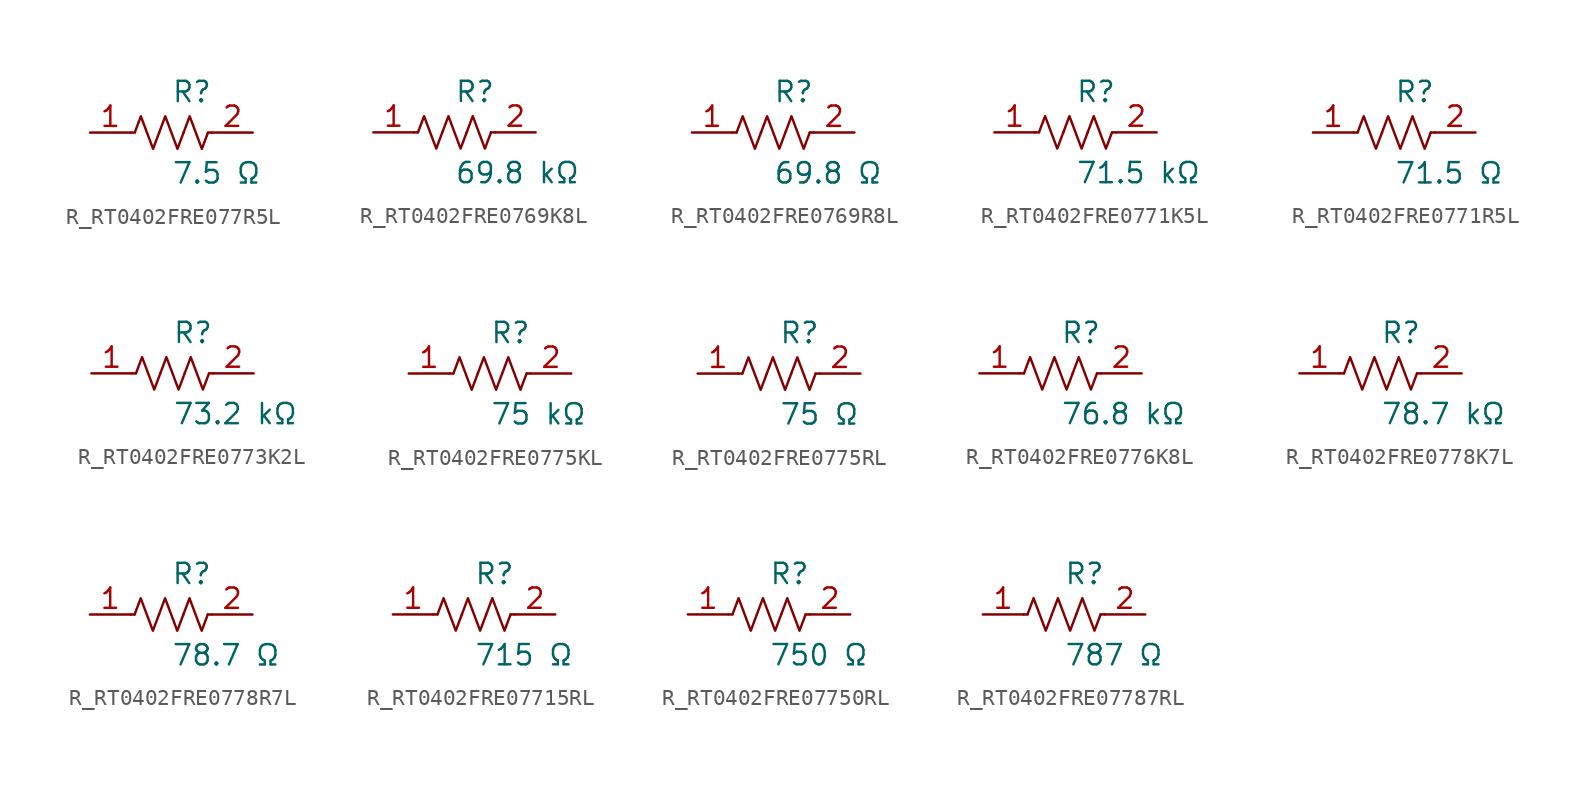
<source format=kicad_sym>
(kicad_symbol_lib
  (version 20231120)
  (generator kicad_symbol_editor)
  (generator_version 8.0)
  (symbol "R_RT0402FRE077R5L"
    (pin_names
      (offset 0.254))
    (property "Reference" "R"
      (at 0.0 2.54 0)
      (effects (font (size 1.27 1.27)) (justify left)))
    (property "Value" "7.5 Ω"
      (at 0.0 -2.54 0)
      (effects (font (size 1.27 1.27)) (justify left)))
    (symbol "R_RT0402FRE077R5L_0_1"
      (polyline (pts (xy 2.286 0) (xy 2.54 0)) (stroke (width 0) (type default)) (fill (type none)))
      (polyline (pts (xy -2.286 0) (xy -2.54 0)) (stroke (width 0) (type default)) (fill (type none)))
      (polyline (pts (xy 0.762 0) (xy 1.143 1.016) (xy 1.524 0) (xy 1.905 -1.016) (xy 2.286 0)) (stroke (width 0) (type default)) (fill (type none)))
      (polyline (pts (xy -0.762 0) (xy -0.381 1.016) (xy 0 0) (xy 0.381 -1.016) (xy 0.762 0)) (stroke (width 0) (type default)) (fill (type none)))
      (polyline (pts (xy -2.286 0) (xy -1.905 1.016) (xy -1.524 0) (xy -1.143 -1.016) (xy -0.762 0)) (stroke (width 0) (type default)) (fill (type none))))
    (pin unspecified line
      (at -5.08 0 0)
      (length 2.54)
      (name "" (effects (font (size 1.27 1.27))))
      (number "1" (effects (font (size 1.27 1.27)))))
    (pin unspecified line
      (at 5.08 0 180)
      (length 2.54)
      (name "" (effects (font (size 1.27 1.27))))
      (number "2" (effects (font (size 1.27 1.27))))))
  (symbol "R_RT0402FRE0769K8L"
    (pin_names
      (offset 0.254))
    (property "Reference" "R"
      (at 0.0 2.54 0)
      (effects (font (size 1.27 1.27)) (justify left)))
    (property "Value" "69.8 kΩ"
      (at 0.0 -2.54 0)
      (effects (font (size 1.27 1.27)) (justify left)))
    (symbol "R_RT0402FRE0769K8L_0_1"
      (polyline (pts (xy 2.286 0) (xy 2.54 0)) (stroke (width 0) (type default)) (fill (type none)))
      (polyline (pts (xy -2.286 0) (xy -2.54 0)) (stroke (width 0) (type default)) (fill (type none)))
      (polyline (pts (xy 0.762 0) (xy 1.143 1.016) (xy 1.524 0) (xy 1.905 -1.016) (xy 2.286 0)) (stroke (width 0) (type default)) (fill (type none)))
      (polyline (pts (xy -0.762 0) (xy -0.381 1.016) (xy 0 0) (xy 0.381 -1.016) (xy 0.762 0)) (stroke (width 0) (type default)) (fill (type none)))
      (polyline (pts (xy -2.286 0) (xy -1.905 1.016) (xy -1.524 0) (xy -1.143 -1.016) (xy -0.762 0)) (stroke (width 0) (type default)) (fill (type none))))
    (pin unspecified line
      (at -5.08 0 0)
      (length 2.54)
      (name "" (effects (font (size 1.27 1.27))))
      (number "1" (effects (font (size 1.27 1.27)))))
    (pin unspecified line
      (at 5.08 0 180)
      (length 2.54)
      (name "" (effects (font (size 1.27 1.27))))
      (number "2" (effects (font (size 1.27 1.27))))))
  (symbol "R_RT0402FRE0769R8L"
    (pin_names
      (offset 0.254))
    (property "Reference" "R"
      (at 0.0 2.54 0)
      (effects (font (size 1.27 1.27)) (justify left)))
    (property "Value" "69.8 Ω"
      (at 0.0 -2.54 0)
      (effects (font (size 1.27 1.27)) (justify left)))
    (symbol "R_RT0402FRE0769R8L_0_1"
      (polyline (pts (xy 2.286 0) (xy 2.54 0)) (stroke (width 0) (type default)) (fill (type none)))
      (polyline (pts (xy -2.286 0) (xy -2.54 0)) (stroke (width 0) (type default)) (fill (type none)))
      (polyline (pts (xy 0.762 0) (xy 1.143 1.016) (xy 1.524 0) (xy 1.905 -1.016) (xy 2.286 0)) (stroke (width 0) (type default)) (fill (type none)))
      (polyline (pts (xy -0.762 0) (xy -0.381 1.016) (xy 0 0) (xy 0.381 -1.016) (xy 0.762 0)) (stroke (width 0) (type default)) (fill (type none)))
      (polyline (pts (xy -2.286 0) (xy -1.905 1.016) (xy -1.524 0) (xy -1.143 -1.016) (xy -0.762 0)) (stroke (width 0) (type default)) (fill (type none))))
    (pin unspecified line
      (at -5.08 0 0)
      (length 2.54)
      (name "" (effects (font (size 1.27 1.27))))
      (number "1" (effects (font (size 1.27 1.27)))))
    (pin unspecified line
      (at 5.08 0 180)
      (length 2.54)
      (name "" (effects (font (size 1.27 1.27))))
      (number "2" (effects (font (size 1.27 1.27))))))
  (symbol "R_RT0402FRE0771K5L"
    (pin_names
      (offset 0.254))
    (property "Reference" "R"
      (at 0.0 2.54 0)
      (effects (font (size 1.27 1.27)) (justify left)))
    (property "Value" "71.5 kΩ"
      (at 0.0 -2.54 0)
      (effects (font (size 1.27 1.27)) (justify left)))
    (symbol "R_RT0402FRE0771K5L_0_1"
      (polyline (pts (xy 2.286 0) (xy 2.54 0)) (stroke (width 0) (type default)) (fill (type none)))
      (polyline (pts (xy -2.286 0) (xy -2.54 0)) (stroke (width 0) (type default)) (fill (type none)))
      (polyline (pts (xy 0.762 0) (xy 1.143 1.016) (xy 1.524 0) (xy 1.905 -1.016) (xy 2.286 0)) (stroke (width 0) (type default)) (fill (type none)))
      (polyline (pts (xy -0.762 0) (xy -0.381 1.016) (xy 0 0) (xy 0.381 -1.016) (xy 0.762 0)) (stroke (width 0) (type default)) (fill (type none)))
      (polyline (pts (xy -2.286 0) (xy -1.905 1.016) (xy -1.524 0) (xy -1.143 -1.016) (xy -0.762 0)) (stroke (width 0) (type default)) (fill (type none))))
    (pin unspecified line
      (at -5.08 0 0)
      (length 2.54)
      (name "" (effects (font (size 1.27 1.27))))
      (number "1" (effects (font (size 1.27 1.27)))))
    (pin unspecified line
      (at 5.08 0 180)
      (length 2.54)
      (name "" (effects (font (size 1.27 1.27))))
      (number "2" (effects (font (size 1.27 1.27))))))
  (symbol "R_RT0402FRE0771R5L"
    (pin_names
      (offset 0.254))
    (property "Reference" "R"
      (at 0.0 2.54 0)
      (effects (font (size 1.27 1.27)) (justify left)))
    (property "Value" "71.5 Ω"
      (at 0.0 -2.54 0)
      (effects (font (size 1.27 1.27)) (justify left)))
    (symbol "R_RT0402FRE0771R5L_0_1"
      (polyline (pts (xy 2.286 0) (xy 2.54 0)) (stroke (width 0) (type default)) (fill (type none)))
      (polyline (pts (xy -2.286 0) (xy -2.54 0)) (stroke (width 0) (type default)) (fill (type none)))
      (polyline (pts (xy 0.762 0) (xy 1.143 1.016) (xy 1.524 0) (xy 1.905 -1.016) (xy 2.286 0)) (stroke (width 0) (type default)) (fill (type none)))
      (polyline (pts (xy -0.762 0) (xy -0.381 1.016) (xy 0 0) (xy 0.381 -1.016) (xy 0.762 0)) (stroke (width 0) (type default)) (fill (type none)))
      (polyline (pts (xy -2.286 0) (xy -1.905 1.016) (xy -1.524 0) (xy -1.143 -1.016) (xy -0.762 0)) (stroke (width 0) (type default)) (fill (type none))))
    (pin unspecified line
      (at -5.08 0 0)
      (length 2.54)
      (name "" (effects (font (size 1.27 1.27))))
      (number "1" (effects (font (size 1.27 1.27)))))
    (pin unspecified line
      (at 5.08 0 180)
      (length 2.54)
      (name "" (effects (font (size 1.27 1.27))))
      (number "2" (effects (font (size 1.27 1.27))))))
  (symbol "R_RT0402FRE0773K2L"
    (pin_names
      (offset 0.254))
    (property "Reference" "R"
      (at 0.0 2.54 0)
      (effects (font (size 1.27 1.27)) (justify left)))
    (property "Value" "73.2 kΩ"
      (at 0.0 -2.54 0)
      (effects (font (size 1.27 1.27)) (justify left)))
    (symbol "R_RT0402FRE0773K2L_0_1"
      (polyline (pts (xy 2.286 0) (xy 2.54 0)) (stroke (width 0) (type default)) (fill (type none)))
      (polyline (pts (xy -2.286 0) (xy -2.54 0)) (stroke (width 0) (type default)) (fill (type none)))
      (polyline (pts (xy 0.762 0) (xy 1.143 1.016) (xy 1.524 0) (xy 1.905 -1.016) (xy 2.286 0)) (stroke (width 0) (type default)) (fill (type none)))
      (polyline (pts (xy -0.762 0) (xy -0.381 1.016) (xy 0 0) (xy 0.381 -1.016) (xy 0.762 0)) (stroke (width 0) (type default)) (fill (type none)))
      (polyline (pts (xy -2.286 0) (xy -1.905 1.016) (xy -1.524 0) (xy -1.143 -1.016) (xy -0.762 0)) (stroke (width 0) (type default)) (fill (type none))))
    (pin unspecified line
      (at -5.08 0 0)
      (length 2.54)
      (name "" (effects (font (size 1.27 1.27))))
      (number "1" (effects (font (size 1.27 1.27)))))
    (pin unspecified line
      (at 5.08 0 180)
      (length 2.54)
      (name "" (effects (font (size 1.27 1.27))))
      (number "2" (effects (font (size 1.27 1.27))))))
  (symbol "R_RT0402FRE0775KL"
    (pin_names
      (offset 0.254))
    (property "Reference" "R"
      (at 0.0 2.54 0)
      (effects (font (size 1.27 1.27)) (justify left)))
    (property "Value" "75 kΩ"
      (at 0.0 -2.54 0)
      (effects (font (size 1.27 1.27)) (justify left)))
    (symbol "R_RT0402FRE0775KL_0_1"
      (polyline (pts (xy 2.286 0) (xy 2.54 0)) (stroke (width 0) (type default)) (fill (type none)))
      (polyline (pts (xy -2.286 0) (xy -2.54 0)) (stroke (width 0) (type default)) (fill (type none)))
      (polyline (pts (xy 0.762 0) (xy 1.143 1.016) (xy 1.524 0) (xy 1.905 -1.016) (xy 2.286 0)) (stroke (width 0) (type default)) (fill (type none)))
      (polyline (pts (xy -0.762 0) (xy -0.381 1.016) (xy 0 0) (xy 0.381 -1.016) (xy 0.762 0)) (stroke (width 0) (type default)) (fill (type none)))
      (polyline (pts (xy -2.286 0) (xy -1.905 1.016) (xy -1.524 0) (xy -1.143 -1.016) (xy -0.762 0)) (stroke (width 0) (type default)) (fill (type none))))
    (pin unspecified line
      (at -5.08 0 0)
      (length 2.54)
      (name "" (effects (font (size 1.27 1.27))))
      (number "1" (effects (font (size 1.27 1.27)))))
    (pin unspecified line
      (at 5.08 0 180)
      (length 2.54)
      (name "" (effects (font (size 1.27 1.27))))
      (number "2" (effects (font (size 1.27 1.27))))))
  (symbol "R_RT0402FRE0775RL"
    (pin_names
      (offset 0.254))
    (property "Reference" "R"
      (at 0.0 2.54 0)
      (effects (font (size 1.27 1.27)) (justify left)))
    (property "Value" "75 Ω"
      (at 0.0 -2.54 0)
      (effects (font (size 1.27 1.27)) (justify left)))
    (symbol "R_RT0402FRE0775RL_0_1"
      (polyline (pts (xy 2.286 0) (xy 2.54 0)) (stroke (width 0) (type default)) (fill (type none)))
      (polyline (pts (xy -2.286 0) (xy -2.54 0)) (stroke (width 0) (type default)) (fill (type none)))
      (polyline (pts (xy 0.762 0) (xy 1.143 1.016) (xy 1.524 0) (xy 1.905 -1.016) (xy 2.286 0)) (stroke (width 0) (type default)) (fill (type none)))
      (polyline (pts (xy -0.762 0) (xy -0.381 1.016) (xy 0 0) (xy 0.381 -1.016) (xy 0.762 0)) (stroke (width 0) (type default)) (fill (type none)))
      (polyline (pts (xy -2.286 0) (xy -1.905 1.016) (xy -1.524 0) (xy -1.143 -1.016) (xy -0.762 0)) (stroke (width 0) (type default)) (fill (type none))))
    (pin unspecified line
      (at -5.08 0 0)
      (length 2.54)
      (name "" (effects (font (size 1.27 1.27))))
      (number "1" (effects (font (size 1.27 1.27)))))
    (pin unspecified line
      (at 5.08 0 180)
      (length 2.54)
      (name "" (effects (font (size 1.27 1.27))))
      (number "2" (effects (font (size 1.27 1.27))))))
  (symbol "R_RT0402FRE0776K8L"
    (pin_names
      (offset 0.254))
    (property "Reference" "R"
      (at 0.0 2.54 0)
      (effects (font (size 1.27 1.27)) (justify left)))
    (property "Value" "76.8 kΩ"
      (at 0.0 -2.54 0)
      (effects (font (size 1.27 1.27)) (justify left)))
    (symbol "R_RT0402FRE0776K8L_0_1"
      (polyline (pts (xy 2.286 0) (xy 2.54 0)) (stroke (width 0) (type default)) (fill (type none)))
      (polyline (pts (xy -2.286 0) (xy -2.54 0)) (stroke (width 0) (type default)) (fill (type none)))
      (polyline (pts (xy 0.762 0) (xy 1.143 1.016) (xy 1.524 0) (xy 1.905 -1.016) (xy 2.286 0)) (stroke (width 0) (type default)) (fill (type none)))
      (polyline (pts (xy -0.762 0) (xy -0.381 1.016) (xy 0 0) (xy 0.381 -1.016) (xy 0.762 0)) (stroke (width 0) (type default)) (fill (type none)))
      (polyline (pts (xy -2.286 0) (xy -1.905 1.016) (xy -1.524 0) (xy -1.143 -1.016) (xy -0.762 0)) (stroke (width 0) (type default)) (fill (type none))))
    (pin unspecified line
      (at -5.08 0 0)
      (length 2.54)
      (name "" (effects (font (size 1.27 1.27))))
      (number "1" (effects (font (size 1.27 1.27)))))
    (pin unspecified line
      (at 5.08 0 180)
      (length 2.54)
      (name "" (effects (font (size 1.27 1.27))))
      (number "2" (effects (font (size 1.27 1.27))))))
  (symbol "R_RT0402FRE0778K7L"
    (pin_names
      (offset 0.254))
    (property "Reference" "R"
      (at 0.0 2.54 0)
      (effects (font (size 1.27 1.27)) (justify left)))
    (property "Value" "78.7 kΩ"
      (at 0.0 -2.54 0)
      (effects (font (size 1.27 1.27)) (justify left)))
    (symbol "R_RT0402FRE0778K7L_0_1"
      (polyline (pts (xy 2.286 0) (xy 2.54 0)) (stroke (width 0) (type default)) (fill (type none)))
      (polyline (pts (xy -2.286 0) (xy -2.54 0)) (stroke (width 0) (type default)) (fill (type none)))
      (polyline (pts (xy 0.762 0) (xy 1.143 1.016) (xy 1.524 0) (xy 1.905 -1.016) (xy 2.286 0)) (stroke (width 0) (type default)) (fill (type none)))
      (polyline (pts (xy -0.762 0) (xy -0.381 1.016) (xy 0 0) (xy 0.381 -1.016) (xy 0.762 0)) (stroke (width 0) (type default)) (fill (type none)))
      (polyline (pts (xy -2.286 0) (xy -1.905 1.016) (xy -1.524 0) (xy -1.143 -1.016) (xy -0.762 0)) (stroke (width 0) (type default)) (fill (type none))))
    (pin unspecified line
      (at -5.08 0 0)
      (length 2.54)
      (name "" (effects (font (size 1.27 1.27))))
      (number "1" (effects (font (size 1.27 1.27)))))
    (pin unspecified line
      (at 5.08 0 180)
      (length 2.54)
      (name "" (effects (font (size 1.27 1.27))))
      (number "2" (effects (font (size 1.27 1.27))))))
  (symbol "R_RT0402FRE0778R7L"
    (pin_names
      (offset 0.254))
    (property "Reference" "R"
      (at 0.0 2.54 0)
      (effects (font (size 1.27 1.27)) (justify left)))
    (property "Value" "78.7 Ω"
      (at 0.0 -2.54 0)
      (effects (font (size 1.27 1.27)) (justify left)))
    (symbol "R_RT0402FRE0778R7L_0_1"
      (polyline (pts (xy 2.286 0) (xy 2.54 0)) (stroke (width 0) (type default)) (fill (type none)))
      (polyline (pts (xy -2.286 0) (xy -2.54 0)) (stroke (width 0) (type default)) (fill (type none)))
      (polyline (pts (xy 0.762 0) (xy 1.143 1.016) (xy 1.524 0) (xy 1.905 -1.016) (xy 2.286 0)) (stroke (width 0) (type default)) (fill (type none)))
      (polyline (pts (xy -0.762 0) (xy -0.381 1.016) (xy 0 0) (xy 0.381 -1.016) (xy 0.762 0)) (stroke (width 0) (type default)) (fill (type none)))
      (polyline (pts (xy -2.286 0) (xy -1.905 1.016) (xy -1.524 0) (xy -1.143 -1.016) (xy -0.762 0)) (stroke (width 0) (type default)) (fill (type none))))
    (pin unspecified line
      (at -5.08 0 0)
      (length 2.54)
      (name "" (effects (font (size 1.27 1.27))))
      (number "1" (effects (font (size 1.27 1.27)))))
    (pin unspecified line
      (at 5.08 0 180)
      (length 2.54)
      (name "" (effects (font (size 1.27 1.27))))
      (number "2" (effects (font (size 1.27 1.27))))))
  (symbol "R_RT0402FRE07715RL"
    (pin_names
      (offset 0.254))
    (property "Reference" "R"
      (at 0.0 2.54 0)
      (effects (font (size 1.27 1.27)) (justify left)))
    (property "Value" "715 Ω"
      (at 0.0 -2.54 0)
      (effects (font (size 1.27 1.27)) (justify left)))
    (symbol "R_RT0402FRE07715RL_0_1"
      (polyline (pts (xy 2.286 0) (xy 2.54 0)) (stroke (width 0) (type default)) (fill (type none)))
      (polyline (pts (xy -2.286 0) (xy -2.54 0)) (stroke (width 0) (type default)) (fill (type none)))
      (polyline (pts (xy 0.762 0) (xy 1.143 1.016) (xy 1.524 0) (xy 1.905 -1.016) (xy 2.286 0)) (stroke (width 0) (type default)) (fill (type none)))
      (polyline (pts (xy -0.762 0) (xy -0.381 1.016) (xy 0 0) (xy 0.381 -1.016) (xy 0.762 0)) (stroke (width 0) (type default)) (fill (type none)))
      (polyline (pts (xy -2.286 0) (xy -1.905 1.016) (xy -1.524 0) (xy -1.143 -1.016) (xy -0.762 0)) (stroke (width 0) (type default)) (fill (type none))))
    (pin unspecified line
      (at -5.08 0 0)
      (length 2.54)
      (name "" (effects (font (size 1.27 1.27))))
      (number "1" (effects (font (size 1.27 1.27)))))
    (pin unspecified line
      (at 5.08 0 180)
      (length 2.54)
      (name "" (effects (font (size 1.27 1.27))))
      (number "2" (effects (font (size 1.27 1.27))))))
  (symbol "R_RT0402FRE07750RL"
    (pin_names
      (offset 0.254))
    (property "Reference" "R"
      (at 0.0 2.54 0)
      (effects (font (size 1.27 1.27)) (justify left)))
    (property "Value" "750 Ω"
      (at 0.0 -2.54 0)
      (effects (font (size 1.27 1.27)) (justify left)))
    (symbol "R_RT0402FRE07750RL_0_1"
      (polyline (pts (xy 2.286 0) (xy 2.54 0)) (stroke (width 0) (type default)) (fill (type none)))
      (polyline (pts (xy -2.286 0) (xy -2.54 0)) (stroke (width 0) (type default)) (fill (type none)))
      (polyline (pts (xy 0.762 0) (xy 1.143 1.016) (xy 1.524 0) (xy 1.905 -1.016) (xy 2.286 0)) (stroke (width 0) (type default)) (fill (type none)))
      (polyline (pts (xy -0.762 0) (xy -0.381 1.016) (xy 0 0) (xy 0.381 -1.016) (xy 0.762 0)) (stroke (width 0) (type default)) (fill (type none)))
      (polyline (pts (xy -2.286 0) (xy -1.905 1.016) (xy -1.524 0) (xy -1.143 -1.016) (xy -0.762 0)) (stroke (width 0) (type default)) (fill (type none))))
    (pin unspecified line
      (at -5.08 0 0)
      (length 2.54)
      (name "" (effects (font (size 1.27 1.27))))
      (number "1" (effects (font (size 1.27 1.27)))))
    (pin unspecified line
      (at 5.08 0 180)
      (length 2.54)
      (name "" (effects (font (size 1.27 1.27))))
      (number "2" (effects (font (size 1.27 1.27))))))
  (symbol "R_RT0402FRE07787RL"
    (pin_names
      (offset 0.254))
    (property "Reference" "R"
      (at 0.0 2.54 0)
      (effects (font (size 1.27 1.27)) (justify left)))
    (property "Value" "787 Ω"
      (at 0.0 -2.54 0)
      (effects (font (size 1.27 1.27)) (justify left)))
    (symbol "R_RT0402FRE07787RL_0_1"
      (polyline (pts (xy 2.286 0) (xy 2.54 0)) (stroke (width 0) (type default)) (fill (type none)))
      (polyline (pts (xy -2.286 0) (xy -2.54 0)) (stroke (width 0) (type default)) (fill (type none)))
      (polyline (pts (xy 0.762 0) (xy 1.143 1.016) (xy 1.524 0) (xy 1.905 -1.016) (xy 2.286 0)) (stroke (width 0) (type default)) (fill (type none)))
      (polyline (pts (xy -0.762 0) (xy -0.381 1.016) (xy 0 0) (xy 0.381 -1.016) (xy 0.762 0)) (stroke (width 0) (type default)) (fill (type none)))
      (polyline (pts (xy -2.286 0) (xy -1.905 1.016) (xy -1.524 0) (xy -1.143 -1.016) (xy -0.762 0)) (stroke (width 0) (type default)) (fill (type none))))
    (pin unspecified line
      (at -5.08 0 0)
      (length 2.54)
      (name "" (effects (font (size 1.27 1.27))))
      (number "1" (effects (font (size 1.27 1.27)))))
    (pin unspecified line
      (at 5.08 0 180)
      (length 2.54)
      (name "" (effects (font (size 1.27 1.27))))
      (number "2" (effects (font (size 1.27 1.27)))))))
</source>
